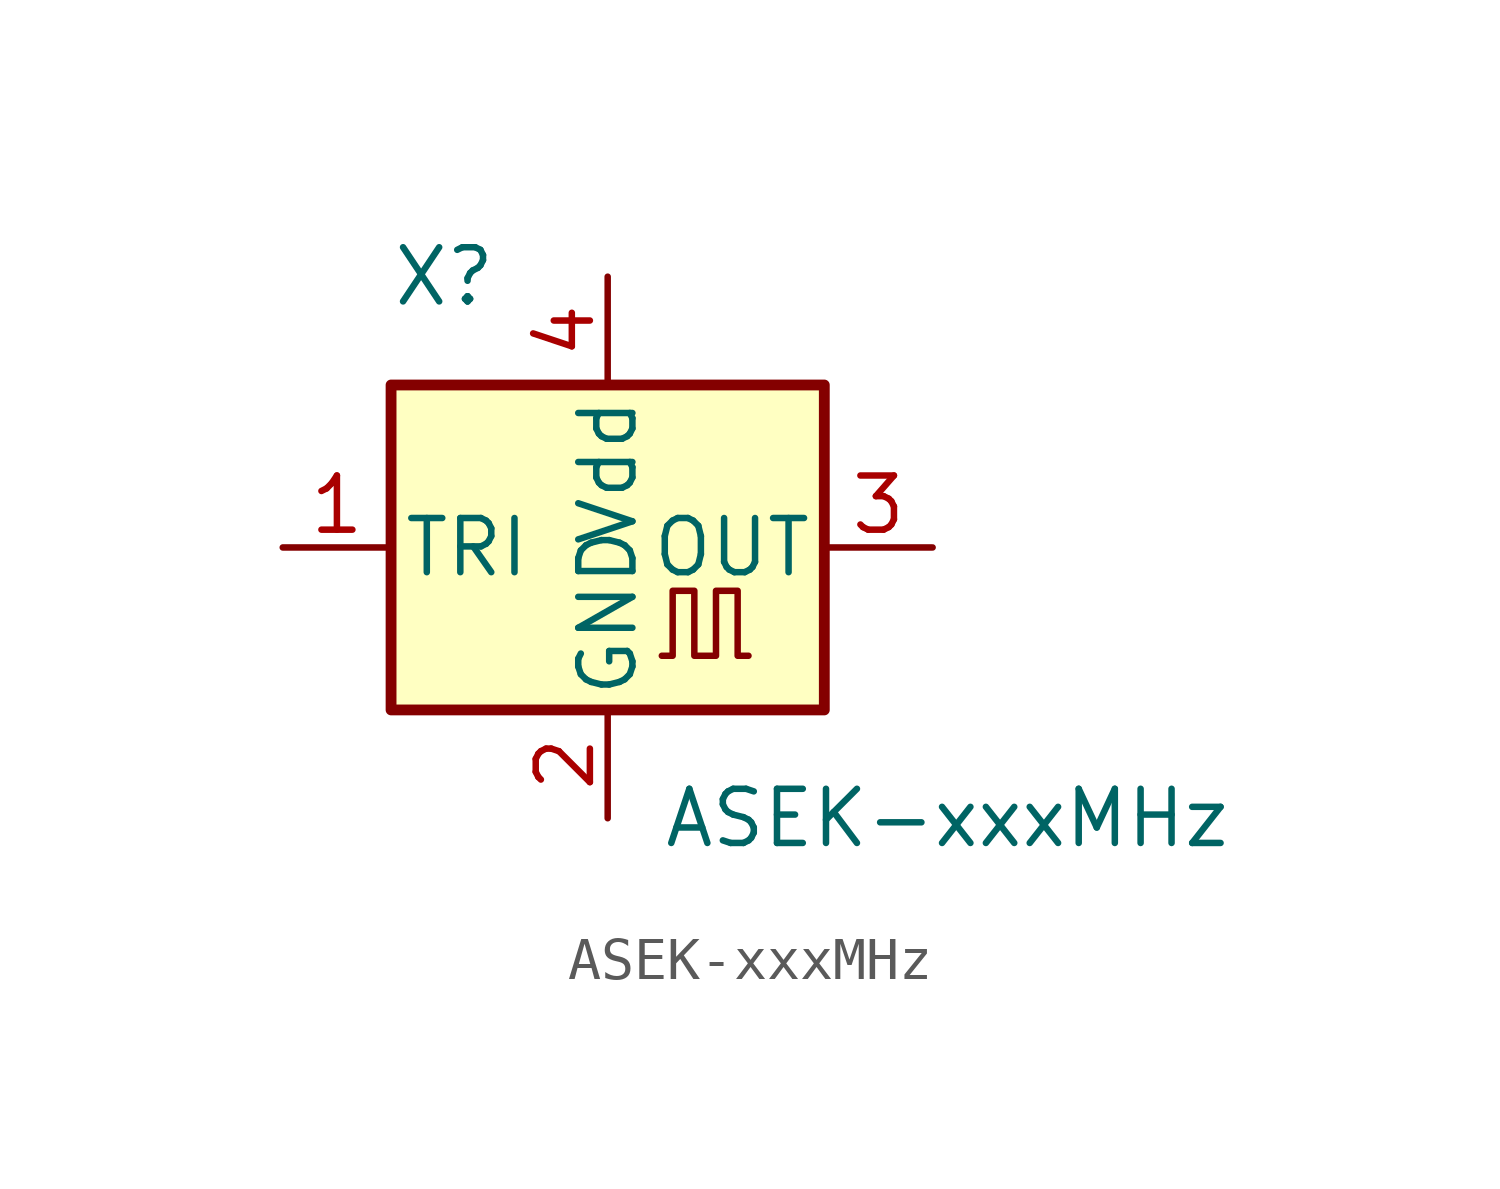
<source format=kicad_sym>
(kicad_symbol_lib
  (version 20211014)
  (generator kicad_symbol_editor)
  (symbol "ASEK-xxxMHz"
    (pin_names
      (offset 0.254))
    (property "Reference" "X"
      (at -5.08 6.35 0)
      (effects (font (size 1.27 1.27)) (justify left)))
    (property "Value" "ASEK-xxxMHz"
      (at 1.27 -6.35 0)
      (effects (font (size 1.27 1.27)) (justify left)))
    (symbol "ASEK-xxxMHz_0_1"
      (rectangle (start -5.08 3.81) (end 5.08 -3.81) (stroke (width 0.254) (type default) (color 0 0 0 0)) (fill (type background)))
      (polyline (pts (xy 1.27 -2.54) (xy 1.524 -2.54) (xy 1.524 -1.016) (xy 2.032 -1.016) (xy 2.032 -2.54) (xy 2.54 -2.54) (xy 2.54 -1.016) (xy 3.048 -1.016) (xy 3.048 -2.54) (xy 3.302 -2.54)) (stroke (width 0) (type default) (color 0 0 0 0)) (fill (type none))))
    (symbol "ASEK-xxxMHz_1_1"
      (pin tri_state line (at -7.62 0 0) (length 2.54) (name "TRI" (effects (font (size 1.27 1.27)))) (number "1" (effects (font (size 1.27 1.27)))))
      (pin power_in line (at 0 -6.35 90) (length 2.54) (name "GND" (effects (font (size 1.27 1.27)))) (number "2" (effects (font (size 1.27 1.27)))))
      (pin output line (at 7.62 0 180) (length 2.54) (name "OUT" (effects (font (size 1.27 1.27)))) (number "3" (effects (font (size 1.27 1.27)))))
      (pin power_in line (at 0 6.35 270) (length 2.54) (name "Vdd" (effects (font (size 1.27 1.27)))) (number "4" (effects (font (size 1.27 1.27))))))))
</source>
